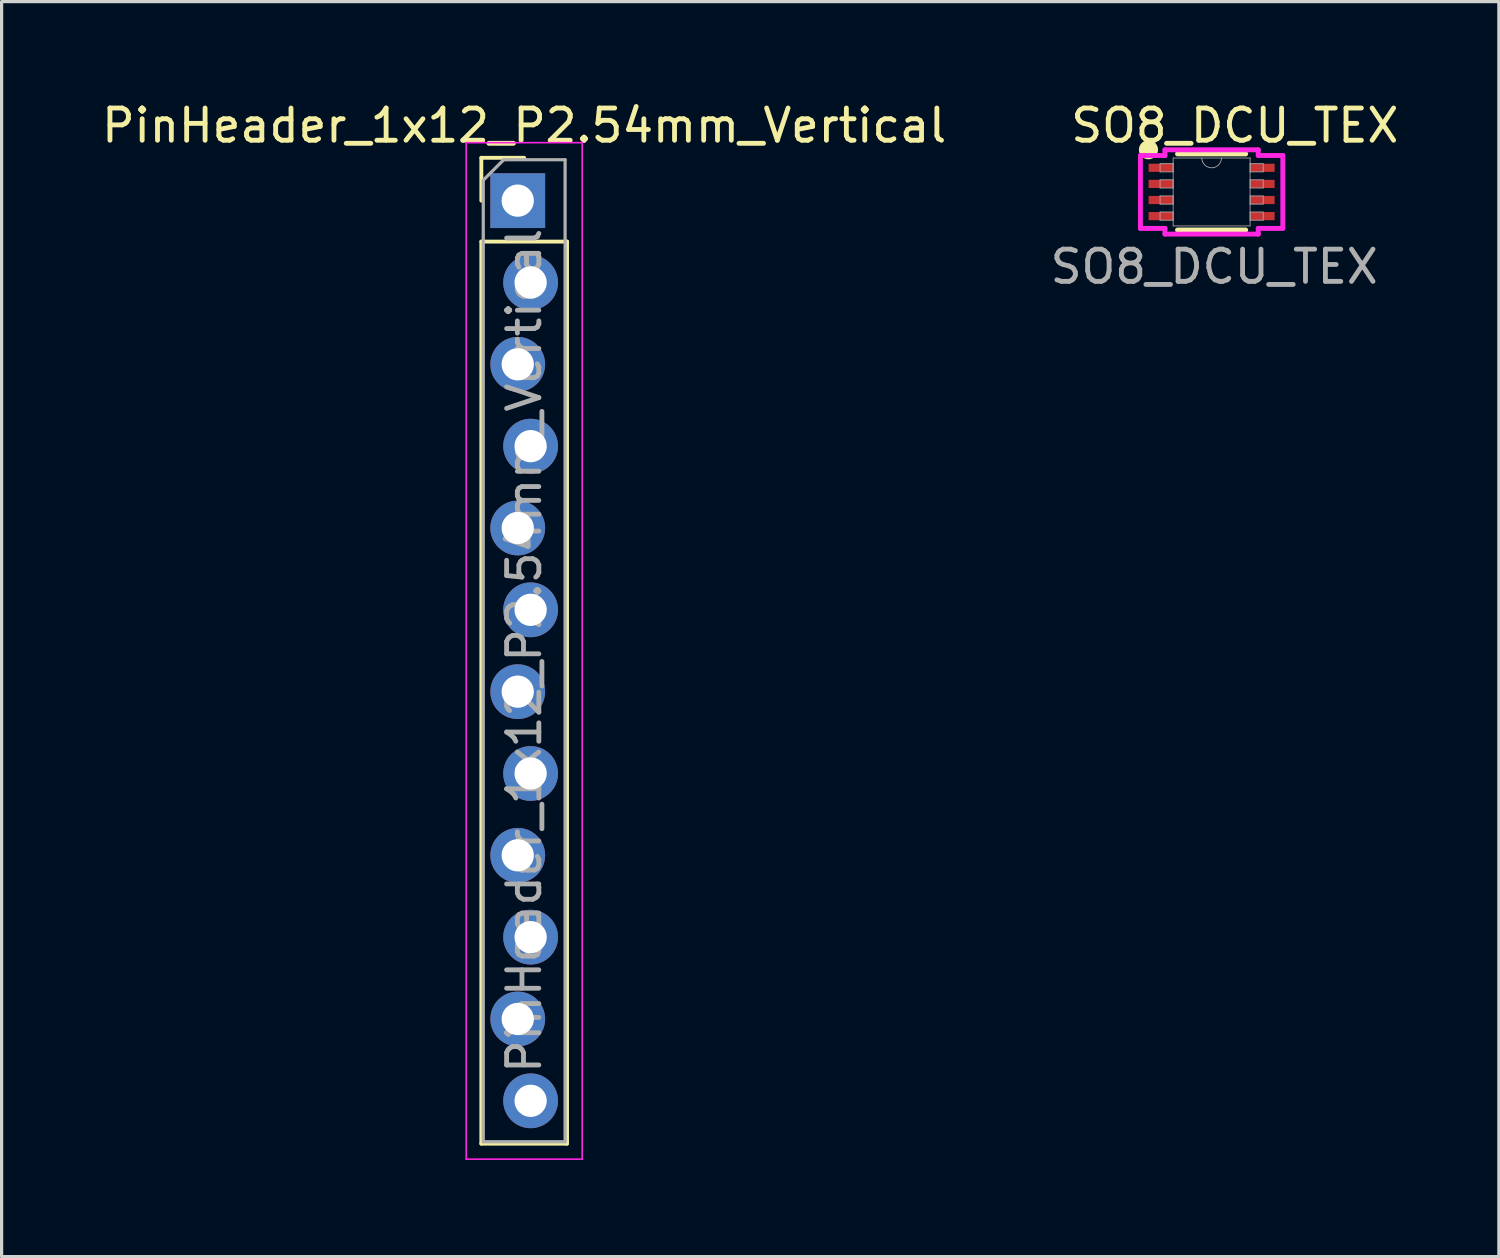
<source format=kicad_pcb>
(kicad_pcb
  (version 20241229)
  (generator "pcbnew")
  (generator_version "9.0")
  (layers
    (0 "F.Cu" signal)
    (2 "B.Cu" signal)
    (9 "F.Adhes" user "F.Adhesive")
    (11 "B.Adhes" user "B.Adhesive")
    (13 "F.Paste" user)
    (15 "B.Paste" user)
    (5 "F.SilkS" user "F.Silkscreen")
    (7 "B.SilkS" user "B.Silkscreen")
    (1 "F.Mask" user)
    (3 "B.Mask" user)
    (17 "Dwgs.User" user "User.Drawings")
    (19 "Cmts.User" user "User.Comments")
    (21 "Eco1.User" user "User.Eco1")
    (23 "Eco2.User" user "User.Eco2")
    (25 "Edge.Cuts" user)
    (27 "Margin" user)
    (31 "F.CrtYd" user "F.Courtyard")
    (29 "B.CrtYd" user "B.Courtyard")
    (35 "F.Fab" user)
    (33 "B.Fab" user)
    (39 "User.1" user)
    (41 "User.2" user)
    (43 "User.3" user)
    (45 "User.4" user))
  (footprint "SO8_DCU_TEX"
    (layer "F.Cu")
    (at 34.557 2.908)
    (property "Reference" "SO8_DCU_TEX" (at 0.72 -2.06 0) (unlocked yes) (layer "F.SilkS") (effects (font (size 1 1) (thickness 0.15))))
    (attr smd)
    (fp_line (start -1.058 1.181) (end 1.058 1.181) (stroke (width 0.152) (type solid)) (layer "F.SilkS"))
    (fp_line (start 1.058 -1.181) (end -1.058 -1.181) (stroke (width 0.152) (type solid)) (layer "F.SilkS"))
    (fp_circle (center -1.96 -1.31) (end -1.723 -1.31) (stroke (width 0.12) (type solid)) (fill yes) (layer "F.SilkS"))
    (fp_line (start -2.21 -1.131) (end -1.448 -1.131) (stroke (width 0.152) (type solid)) (layer "F.CrtYd"))
    (fp_line (start -2.21 1.131) (end -2.21 -1.131) (stroke (width 0.152) (type solid)) (layer "F.CrtYd"))
    (fp_line (start -2.21 1.131) (end -1.448 1.131) (stroke (width 0.152) (type solid)) (layer "F.CrtYd"))
    (fp_line (start -1.448 -1.308) (end 1.448 -1.308) (stroke (width 0.152) (type solid)) (layer "F.CrtYd"))
    (fp_line (start -1.448 -1.131) (end -1.448 -1.308) (stroke (width 0.152) (type solid)) (layer "F.CrtYd"))
    (fp_line (start -1.448 1.308) (end -1.448 1.131) (stroke (width 0.152) (type solid)) (layer "F.CrtYd"))
    (fp_line (start 1.448 -1.308) (end 1.448 -1.131) (stroke (width 0.152) (type solid)) (layer "F.CrtYd"))
    (fp_line (start 1.448 1.131) (end 1.448 1.308) (stroke (width 0.152) (type solid)) (layer "F.CrtYd"))
    (fp_line (start 1.448 1.308) (end -1.448 1.308) (stroke (width 0.152) (type solid)) (layer "F.CrtYd"))
    (fp_line (start 2.21 -1.131) (end 1.448 -1.131) (stroke (width 0.152) (type solid)) (layer "F.CrtYd"))
    (fp_line (start 2.21 -1.131) (end 2.21 1.131) (stroke (width 0.152) (type solid)) (layer "F.CrtYd"))
    (fp_line (start 2.21 1.131) (end 1.448 1.131) (stroke (width 0.152) (type solid)) (layer "F.CrtYd"))
    (fp_line (start -1.6 -0.877) (end -1.6 -0.623) (stroke (width 0.025) (type solid)) (layer "F.Fab"))
    (fp_line (start -1.6 -0.623) (end -1.194 -0.623) (stroke (width 0.025) (type solid)) (layer "F.Fab"))
    (fp_line (start -1.6 -0.377) (end -1.6 -0.123) (stroke (width 0.025) (type solid)) (layer "F.Fab"))
    (fp_line (start -1.6 -0.123) (end -1.194 -0.123) (stroke (width 0.025) (type solid)) (layer "F.Fab"))
    (fp_line (start -1.6 0.123) (end -1.6 0.377) (stroke (width 0.025) (type solid)) (layer "F.Fab"))
    (fp_line (start -1.6 0.377) (end -1.194 0.377) (stroke (width 0.025) (type solid)) (layer "F.Fab"))
    (fp_line (start -1.6 0.623) (end -1.6 0.877) (stroke (width 0.025) (type solid)) (layer "F.Fab"))
    (fp_line (start -1.6 0.877) (end -1.194 0.877) (stroke (width 0.025) (type solid)) (layer "F.Fab"))
    (fp_line (start -1.194 -1.054) (end -1.194 1.054) (stroke (width 0.025) (type solid)) (layer "F.Fab"))
    (fp_line (start -1.194 -0.877) (end -1.6 -0.877) (stroke (width 0.025) (type solid)) (layer "F.Fab"))
    (fp_line (start -1.194 -0.623) (end -1.194 -0.877) (stroke (width 0.025) (type solid)) (layer "F.Fab"))
    (fp_line (start -1.194 -0.377) (end -1.6 -0.377) (stroke (width 0.025) (type solid)) (layer "F.Fab"))
    (fp_line (start -1.194 -0.123) (end -1.194 -0.377) (stroke (width 0.025) (type solid)) (layer "F.Fab"))
    (fp_line (start -1.194 0.123) (end -1.6 0.123) (stroke (width 0.025) (type solid)) (layer "F.Fab"))
    (fp_line (start -1.194 0.377) (end -1.194 0.123) (stroke (width 0.025) (type solid)) (layer "F.Fab"))
    (fp_line (start -1.194 0.623) (end -1.6 0.623) (stroke (width 0.025) (type solid)) (layer "F.Fab"))
    (fp_line (start -1.194 0.877) (end -1.194 0.623) (stroke (width 0.025) (type solid)) (layer "F.Fab"))
    (fp_line (start -1.194 1.054) (end 1.194 1.054) (stroke (width 0.025) (type solid)) (layer "F.Fab"))
    (fp_line (start 1.194 -1.054) (end -1.194 -1.054) (stroke (width 0.025) (type solid)) (layer "F.Fab"))
    (fp_line (start 1.194 -0.877) (end 1.194 -0.623) (stroke (width 0.025) (type solid)) (layer "F.Fab"))
    (fp_line (start 1.194 -0.623) (end 1.6 -0.623) (stroke (width 0.025) (type solid)) (layer "F.Fab"))
    (fp_line (start 1.194 -0.377) (end 1.194 -0.123) (stroke (width 0.025) (type solid)) (layer "F.Fab"))
    (fp_line (start 1.194 -0.123) (end 1.6 -0.123) (stroke (width 0.025) (type solid)) (layer "F.Fab"))
    (fp_line (start 1.194 0.123) (end 1.194 0.377) (stroke (width 0.025) (type solid)) (layer "F.Fab"))
    (fp_line (start 1.194 0.377) (end 1.6 0.377) (stroke (width 0.025) (type solid)) (layer "F.Fab"))
    (fp_line (start 1.194 0.623) (end 1.194 0.877) (stroke (width 0.025) (type solid)) (layer "F.Fab"))
    (fp_line (start 1.194 0.877) (end 1.6 0.877) (stroke (width 0.025) (type solid)) (layer "F.Fab"))
    (fp_line (start 1.194 1.054) (end 1.194 -1.054) (stroke (width 0.025) (type solid)) (layer "F.Fab"))
    (fp_line (start 1.6 -0.877) (end 1.194 -0.877) (stroke (width 0.025) (type solid)) (layer "F.Fab"))
    (fp_line (start 1.6 -0.623) (end 1.6 -0.877) (stroke (width 0.025) (type solid)) (layer "F.Fab"))
    (fp_line (start 1.6 -0.377) (end 1.194 -0.377) (stroke (width 0.025) (type solid)) (layer "F.Fab"))
    (fp_line (start 1.6 -0.123) (end 1.6 -0.377) (stroke (width 0.025) (type solid)) (layer "F.Fab"))
    (fp_line (start 1.6 0.123) (end 1.194 0.123) (stroke (width 0.025) (type solid)) (layer "F.Fab"))
    (fp_line (start 1.6 0.377) (end 1.6 0.123) (stroke (width 0.025) (type solid)) (layer "F.Fab"))
    (fp_line (start 1.6 0.623) (end 1.194 0.623) (stroke (width 0.025) (type solid)) (layer "F.Fab"))
    (fp_line (start 1.6 0.877) (end 1.6 0.623) (stroke (width 0.025) (type solid)) (layer "F.Fab"))
    (fp_arc (start 0.3048 -1.0541) (mid 0 -0.7493) (end -0.3048 -1.0541) (stroke (width 0.0254) (type solid)) (layer "F.Fab"))
    (fp_text user "${REFERENCE}" (at 0.08 2.32 0) (unlocked yes) (layer "F.Fab") (effects (font (size 1 1) (thickness 0.15))))
    (pad "1" smd rect (at -1.575 -0.75) (size 0.762 0.254) (layers "F.Cu" "F.Mask" "F.Paste"))
    (pad "2" smd rect (at -1.575 -0.25) (size 0.762 0.254) (layers "F.Cu" "F.Mask" "F.Paste"))
    (pad "3" smd rect (at -1.575 0.25) (size 0.762 0.254) (layers "F.Cu" "F.Mask" "F.Paste"))
    (pad "4" smd rect (at -1.575 0.75) (size 0.762 0.254) (layers "F.Cu" "F.Mask" "F.Paste"))
    (pad "5" smd rect (at 1.575 0.75) (size 0.762 0.254) (layers "F.Cu" "F.Mask" "F.Paste"))
    (pad "6" smd rect (at 1.575 0.25) (size 0.762 0.254) (layers "F.Cu" "F.Mask" "F.Paste"))
    (pad "7" smd rect (at 1.575 -0.25) (size 0.762 0.254) (layers "F.Cu" "F.Mask" "F.Paste"))
    (pad "8" smd rect (at 1.575 -0.75) (size 0.762 0.254) (layers "F.Cu" "F.Mask" "F.Paste")))
  (footprint "PinHeader_1x12_P2.54mm_Vertical"
    (layer "F.Cu")
    (at 13.22 3.178)
    (property "Reference" "PinHeader_1x12_P2.54mm_Vertical" (at 0 -2.33 0) (layer "F.SilkS") (effects (font (size 1 1) (thickness 0.15))))
    (attr through_hole)
    (fp_line (start -1.33 -1.33) (end 0 -1.33) (stroke (width 0.12) (type solid)) (layer "F.SilkS"))
    (fp_line (start -1.33 0) (end -1.33 -1.33) (stroke (width 0.12) (type solid)) (layer "F.SilkS"))
    (fp_line (start -1.33 1.27) (end -1.33 29.27) (stroke (width 0.12) (type solid)) (layer "F.SilkS"))
    (fp_line (start -1.33 1.27) (end 1.33 1.27) (stroke (width 0.12) (type solid)) (layer "F.SilkS"))
    (fp_line (start -1.33 29.27) (end 1.33 29.27) (stroke (width 0.12) (type solid)) (layer "F.SilkS"))
    (fp_line (start 1.33 1.27) (end 1.33 29.27) (stroke (width 0.12) (type solid)) (layer "F.SilkS"))
    (fp_line (start -1.8 -1.8) (end -1.8 29.75) (stroke (width 0.05) (type solid)) (layer "F.CrtYd"))
    (fp_line (start -1.8 29.75) (end 1.8 29.75) (stroke (width 0.05) (type solid)) (layer "F.CrtYd"))
    (fp_line (start 1.8 -1.8) (end -1.8 -1.8) (stroke (width 0.05) (type solid)) (layer "F.CrtYd"))
    (fp_line (start 1.8 29.75) (end 1.8 -1.8) (stroke (width 0.05) (type solid)) (layer "F.CrtYd"))
    (fp_line (start -1.27 -0.635) (end -0.635 -1.27) (stroke (width 0.1) (type solid)) (layer "F.Fab"))
    (fp_line (start -1.27 29.21) (end -1.27 -0.635) (stroke (width 0.1) (type solid)) (layer "F.Fab"))
    (fp_line (start -0.635 -1.27) (end 1.27 -1.27) (stroke (width 0.1) (type solid)) (layer "F.Fab"))
    (fp_line (start 1.27 -1.27) (end 1.27 29.21) (stroke (width 0.1) (type solid)) (layer "F.Fab"))
    (fp_line (start 1.27 29.21) (end -1.27 29.21) (stroke (width 0.1) (type solid)) (layer "F.Fab"))
    (fp_text user "${REFERENCE}" (at 0 13.97 90) (layer "F.Fab") (effects (font (size 1 1) (thickness 0.15))))
    (pad "1" thru_hole rect (at -0.2 0) (size 1.7 1.7) (drill 1) (layers "*.Cu" "*.Mask"))
    (pad "2" thru_hole oval (at 0.2 2.54) (size 1.7 1.7) (drill 1) (layers "*.Cu" "*.Mask"))
    (pad "3" thru_hole oval (at -0.2 5.08) (size 1.7 1.7) (drill 1) (layers "*.Cu" "*.Mask"))
    (pad "4" thru_hole oval (at 0.2 7.62) (size 1.7 1.7) (drill 1) (layers "*.Cu" "*.Mask"))
    (pad "5" thru_hole oval (at -0.2 10.16) (size 1.7 1.7) (drill 1) (layers "*.Cu" "*.Mask"))
    (pad "6" thru_hole oval (at 0.2 12.7) (size 1.7 1.7) (drill 1) (layers "*.Cu" "*.Mask"))
    (pad "7" thru_hole oval (at -0.2 15.24) (size 1.7 1.7) (drill 1) (layers "*.Cu" "*.Mask"))
    (pad "8" thru_hole oval (at 0.2 17.78) (size 1.7 1.7) (drill 1) (layers "*.Cu" "*.Mask"))
    (pad "9" thru_hole oval (at -0.2 20.32) (size 1.7 1.7) (drill 1) (layers "*.Cu" "*.Mask"))
    (pad "10" thru_hole oval (at 0.2 22.86) (size 1.7 1.7) (drill 1) (layers "*.Cu" "*.Mask"))
    (pad "11" thru_hole oval (at -0.2 25.4) (size 1.7 1.7) (drill 1) (layers "*.Cu" "*.Mask"))
    (pad "12" thru_hole oval (at 0.2 27.94) (size 1.7 1.7) (drill 1) (layers "*.Cu" "*.Mask")))
  (gr_rect
    (start -3 -3)
    (end 43.473 35.953)
    (stroke (width 0.1) (type default))
    (fill no)
    (layer "Edge.Cuts")))
</source>
